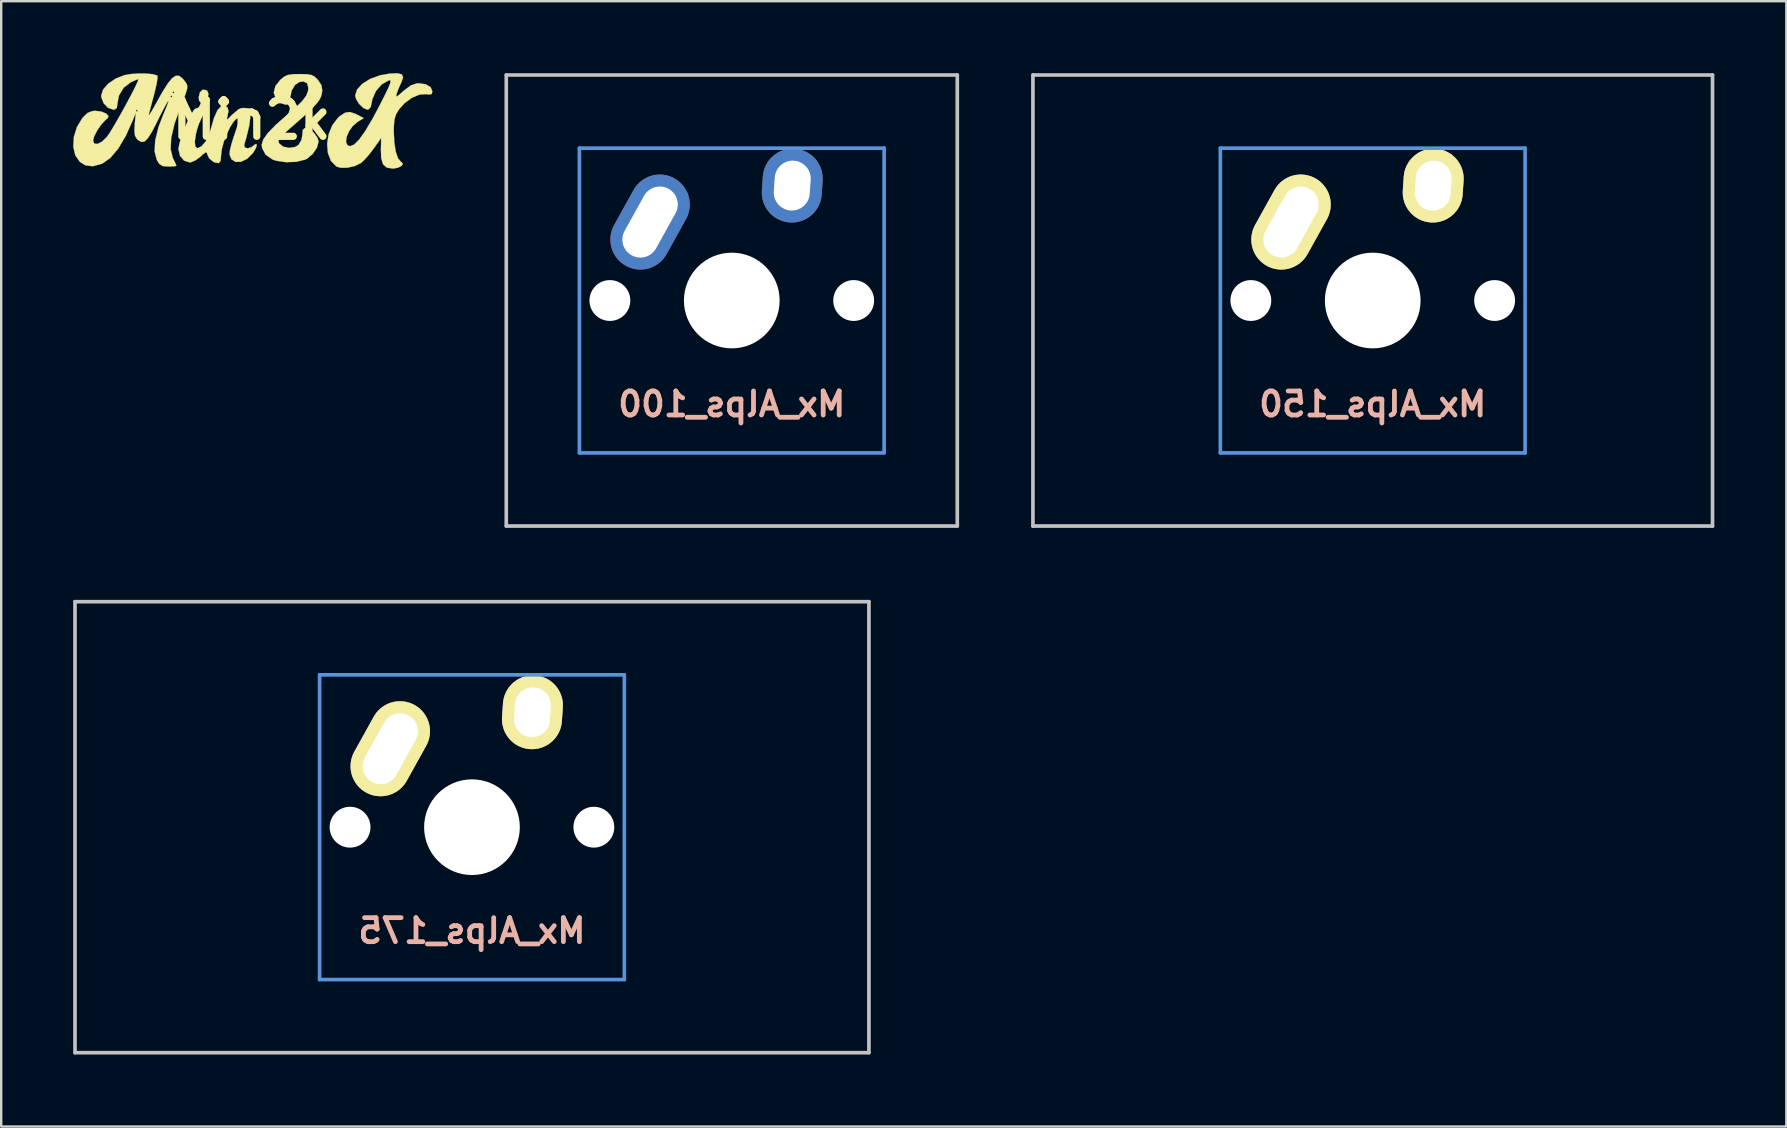
<source format=kicad_pcb>
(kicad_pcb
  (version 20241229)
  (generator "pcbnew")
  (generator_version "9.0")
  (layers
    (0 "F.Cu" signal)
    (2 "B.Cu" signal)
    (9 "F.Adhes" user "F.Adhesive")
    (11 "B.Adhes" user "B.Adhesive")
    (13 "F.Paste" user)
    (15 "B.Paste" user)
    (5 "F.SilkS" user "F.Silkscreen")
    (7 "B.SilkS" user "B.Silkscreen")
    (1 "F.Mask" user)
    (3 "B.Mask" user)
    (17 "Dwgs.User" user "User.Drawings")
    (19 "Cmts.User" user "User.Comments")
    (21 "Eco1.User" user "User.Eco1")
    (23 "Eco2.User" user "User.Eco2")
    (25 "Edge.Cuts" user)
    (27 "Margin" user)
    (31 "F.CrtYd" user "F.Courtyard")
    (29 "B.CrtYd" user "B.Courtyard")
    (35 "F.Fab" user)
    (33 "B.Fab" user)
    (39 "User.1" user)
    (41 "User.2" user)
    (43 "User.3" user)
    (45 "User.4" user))
  (footprint "Mx_Alps_150"
    (layer "F.Cu")
    (at 54.158 9.474)
    (property "Reference" "Mx_Alps_150" (at 0 4.318 0) (layer "B.SilkS") (effects (font (size 1 1) (thickness 0.2)) (justify mirror)))
    (attr through_hole)
    (fp_line (start -14.161 -9.398) (end 14.161 -9.398) (stroke (width 0.152) (type solid)) (layer "Dwgs.User"))
    (fp_line (start -14.161 9.398) (end -14.161 -9.398) (stroke (width 0.152) (type solid)) (layer "Dwgs.User"))
    (fp_line (start 14.161 -9.398) (end 14.161 9.398) (stroke (width 0.152) (type solid)) (layer "Dwgs.User"))
    (fp_line (start 14.161 9.398) (end -14.161 9.398) (stroke (width 0.152) (type solid)) (layer "Dwgs.User"))
    (fp_line (start -6.35 -6.35) (end 6.35 -6.35) (stroke (width 0.152) (type solid)) (layer "Cmts.User"))
    (fp_line (start -6.35 6.35) (end -6.35 -6.35) (stroke (width 0.152) (type solid)) (layer "Cmts.User"))
    (fp_line (start 6.35 -6.35) (end 6.35 6.35) (stroke (width 0.152) (type solid)) (layer "Cmts.User"))
    (fp_line (start 6.35 6.35) (end -6.35 6.35) (stroke (width 0.152) (type solid)) (layer "Cmts.User"))
    (fp_line (start -6.985 -6.985) (end 6.985 -6.985) (stroke (width 0.152) (type solid)) (layer "Eco2.User"))
    (fp_line (start -6.985 6.985) (end -6.985 -6.985) (stroke (width 0.152) (type solid)) (layer "Eco2.User"))
    (fp_line (start 6.985 -6.985) (end 6.985 6.985) (stroke (width 0.152) (type solid)) (layer "Eco2.User"))
    (fp_line (start 6.985 6.985) (end -6.985 6.985) (stroke (width 0.152) (type solid)) (layer "Eco2.User"))
    (pad "" np_thru_hole circle (at -5.08 0) (size 1.702 1.702) (drill 1.702) (layers "*.Cu"))
    (pad "" np_thru_hole circle (at 0 0) (size 3.988 3.988) (drill 3.988) (layers "*.Cu"))
    (pad "" np_thru_hole circle (at 5.08 0) (size 1.702 1.702) (drill 1.702) (layers "*.Cu"))
    (pad "1" thru_hole oval (at -3.405 -3.27 330.95) (size 2.5 4.17) (drill oval 1.5 3.17) (layers "*.Cu" "*.Mask" "F.SilkS"))
    (pad "2" thru_hole oval (at 2.52 -4.79 356.1) (size 2.5 3.08) (drill oval 1.5 2.08) (layers "*.Cu" "*.Mask" "F.SilkS")))
  (footprint "Mx_Alps_175"
    (layer "F.Cu")
    (at 16.619 31.423)
    (property "Reference" "Mx_Alps_175" (at 0 4.318 0) (layer "B.SilkS") (effects (font (size 1 1) (thickness 0.2)) (justify mirror)))
    (attr through_hole)
    (fp_line (start -16.543 -9.398) (end 16.543 -9.398) (stroke (width 0.152) (type solid)) (layer "Dwgs.User"))
    (fp_line (start -16.543 9.398) (end -16.543 -9.398) (stroke (width 0.152) (type solid)) (layer "Dwgs.User"))
    (fp_line (start 16.543 -9.398) (end 16.543 9.398) (stroke (width 0.152) (type solid)) (layer "Dwgs.User"))
    (fp_line (start 16.543 9.398) (end -16.543 9.398) (stroke (width 0.152) (type solid)) (layer "Dwgs.User"))
    (fp_line (start -6.35 -6.35) (end 6.35 -6.35) (stroke (width 0.152) (type solid)) (layer "Cmts.User"))
    (fp_line (start -6.35 6.35) (end -6.35 -6.35) (stroke (width 0.152) (type solid)) (layer "Cmts.User"))
    (fp_line (start 6.35 -6.35) (end 6.35 6.35) (stroke (width 0.152) (type solid)) (layer "Cmts.User"))
    (fp_line (start 6.35 6.35) (end -6.35 6.35) (stroke (width 0.152) (type solid)) (layer "Cmts.User"))
    (fp_line (start -6.985 -6.985) (end 6.985 -6.985) (stroke (width 0.152) (type solid)) (layer "Eco2.User"))
    (fp_line (start -6.985 6.985) (end -6.985 -6.985) (stroke (width 0.152) (type solid)) (layer "Eco2.User"))
    (fp_line (start 6.985 -6.985) (end 6.985 6.985) (stroke (width 0.152) (type solid)) (layer "Eco2.User"))
    (fp_line (start 6.985 6.985) (end -6.985 6.985) (stroke (width 0.152) (type solid)) (layer "Eco2.User"))
    (pad "" np_thru_hole circle (at -5.08 0) (size 1.702 1.702) (drill 1.702) (layers "*.Cu"))
    (pad "" np_thru_hole circle (at 0 0) (size 3.988 3.988) (drill 3.988) (layers "*.Cu"))
    (pad "" np_thru_hole circle (at 5.08 0) (size 1.702 1.702) (drill 1.702) (layers "*.Cu"))
    (pad "1" thru_hole oval (at -3.405 -3.27 330.95) (size 2.5 4.17) (drill oval 1.5 3.17) (layers "*.Cu" "*.Mask" "F.SilkS"))
    (pad "2" thru_hole oval (at 2.52 -4.79 356.1) (size 2.5 3.08) (drill oval 1.5 2.08) (layers "*.Cu" "*.Mask" "F.SilkS")))
  (footprint "Mx_Alps_100"
    (layer "F.Cu")
    (at 27.447 9.474)
    (property "Reference" "Mx_Alps_100" (at 0 4.318 0) (layer "B.SilkS") (effects (font (size 1 1) (thickness 0.2)) (justify mirror)))
    (attr through_hole)
    (fp_line (start -9.398 -9.398) (end 9.398 -9.398) (stroke (width 0.152) (type solid)) (layer "Dwgs.User"))
    (fp_line (start -9.398 9.398) (end -9.398 -9.398) (stroke (width 0.152) (type solid)) (layer "Dwgs.User"))
    (fp_line (start 9.398 -9.398) (end 9.398 9.398) (stroke (width 0.152) (type solid)) (layer "Dwgs.User"))
    (fp_line (start 9.398 9.398) (end -9.398 9.398) (stroke (width 0.152) (type solid)) (layer "Dwgs.User"))
    (fp_line (start -6.35 -6.35) (end 6.35 -6.35) (stroke (width 0.152) (type solid)) (layer "Cmts.User"))
    (fp_line (start -6.35 6.35) (end -6.35 -6.35) (stroke (width 0.152) (type solid)) (layer "Cmts.User"))
    (fp_line (start 6.35 -6.35) (end 6.35 6.35) (stroke (width 0.152) (type solid)) (layer "Cmts.User"))
    (fp_line (start 6.35 6.35) (end -6.35 6.35) (stroke (width 0.152) (type solid)) (layer "Cmts.User"))
    (fp_line (start -6.985 -6.985) (end 6.985 -6.985) (stroke (width 0.152) (type solid)) (layer "Eco2.User"))
    (fp_line (start -6.985 6.985) (end -6.985 -6.985) (stroke (width 0.152) (type solid)) (layer "Eco2.User"))
    (fp_line (start 6.985 -6.985) (end 6.985 6.985) (stroke (width 0.152) (type solid)) (layer "Eco2.User"))
    (fp_line (start 6.985 6.985) (end -6.985 6.985) (stroke (width 0.152) (type solid)) (layer "Eco2.User"))
    (pad "" np_thru_hole circle (at -5.08 0) (size 1.702 1.702) (drill 1.702) (layers "*.Cu"))
    (pad "" np_thru_hole circle (at 0 0) (size 3.988 3.988) (drill 3.988) (layers "*.Cu"))
    (pad "" np_thru_hole circle (at 5.08 0) (size 1.702 1.702) (drill 1.702) (layers "*.Cu"))
    (pad "1" thru_hole oval (at -3.405 -3.27 331) (size 2.5 4.17) (drill oval 1.5 3.17) (layers "*.Cu" "B.Mask"))
    (pad "2" thru_hole oval (at 2.52 -4.79 356.1) (size 2.5 3.08) (drill oval 1.5 2.08) (layers "*.Cu" "B.Mask")))
  (footprint "Min2k"
    (layer "F.Cu")
    (at 7.433 1.942)
    (property "Reference" "Min2k" (at 0 0 0) (layer "F.SilkS") (effects (font (size 1.524 1.524) (thickness 0.3))))
    (attr through_hole)
    (fp_poly (pts (xy -1.888 -1.236) (xy -1.842 -1.199) (xy -1.792 -1.07) (xy -1.846 -0.891) (xy -1.973 -0.713) (xy -2.099 -0.684) (xy -2.185 -0.798) (xy -2.201 -0.934) (xy -2.153 -1.144) (xy -2.036 -1.255) (xy -1.888 -1.236)) (stroke (width 0.01) (type solid)) (fill yes) (layer "F.SilkS"))
    (fp_poly (pts (xy 2.311 -1.898) (xy 2.505 -1.865) (xy 2.641 -1.788) (xy 2.768 -1.657) (xy 2.913 -1.442) (xy 2.946 -1.226) (xy 2.932 -1.107) (xy 2.897 -0.969) (xy 2.826 -0.827) (xy 2.702 -0.663) (xy 2.507 -0.457) (xy 2.225 -0.192) (xy 1.839 0.151) (xy 1.561 0.393) (xy 1.308 0.621) (xy 1.169 0.773) (xy 1.121 0.882) (xy 1.146 0.976) (xy 1.152 0.986) (xy 1.318 1.12) (xy 1.563 1.171) (xy 1.814 1.133) (xy 1.955 1.051) (xy 2.083 0.838) (xy 2.117 0.622) (xy 2.138 0.422) (xy 2.22 0.345) (xy 2.28 0.339) (xy 2.444 0.406) (xy 2.621 0.569) (xy 2.755 0.765) (xy 2.794 0.905) (xy 2.724 1.164) (xy 2.547 1.425) (xy 2.311 1.623) (xy 2.241 1.658) (xy 1.868 1.751) (xy 1.436 1.767) (xy 1.029 1.707) (xy 0.875 1.655) (xy 0.59 1.457) (xy 0.441 1.183) (xy 0.423 1.038) (xy 0.487 0.824) (xy 0.68 0.55) (xy 1.011 0.21) (xy 1.482 -0.204) (xy 1.861 -0.531) (xy 2.119 -0.789) (xy 2.277 -1.001) (xy 2.353 -1.193) (xy 2.368 -1.329) (xy 2.317 -1.527) (xy 2.157 -1.597) (xy 1.999 -1.576) (xy 1.808 -1.45) (xy 1.668 -1.209) (xy 1.609 -0.91) (xy 1.609 -0.89) (xy 1.565 -0.685) (xy 1.432 -0.625) (xy 1.251 -0.686) (xy 1.01 -0.885) (xy 0.925 -1.133) (xy 0.996 -1.408) (xy 1.191 -1.656) (xy 1.353 -1.794) (xy 1.514 -1.869) (xy 1.734 -1.9) (xy 2.003 -1.905) (xy 2.311 -1.898)) (stroke (width 0.01) (type solid)) (fill yes) (layer "F.SilkS"))
    (fp_poly (pts (xy -1.01 -0.533) (xy -0.959 -0.362) (xy -1.013 -0.135) (xy -1.057 -0.006) (xy -1.041 0.018) (xy -0.944 -0.071) (xy -0.816 -0.205) (xy -0.551 -0.427) (xy -0.323 -0.499) (xy -0.144 -0.421) (xy -0.083 -0.336) (xy -0.05 -0.127) (xy -0.093 0.229) (xy -0.213 0.728) (xy -0.304 1.037) (xy -0.283 1.151) (xy -0.165 1.189) (xy -0.009 1.143) (xy 0.066 1.085) (xy 0.18 1.005) (xy 0.219 1.044) (xy 0.186 1.169) (xy 0.083 1.35) (xy 0.05 1.394) (xy -0.188 1.629) (xy -0.438 1.75) (xy -0.666 1.756) (xy -0.838 1.644) (xy -0.917 1.446) (xy -0.902 1.28) (xy -0.837 1.009) (xy -0.736 0.688) (xy -0.714 0.628) (xy -0.612 0.327) (xy -0.545 0.091) (xy -0.526 -0.039) (xy -0.53 -0.05) (xy -0.625 -0.049) (xy -0.751 0.081) (xy -0.892 0.305) (xy -1.031 0.591) (xy -1.151 0.902) (xy -1.236 1.207) (xy -1.27 1.47) (xy -1.27 1.48) (xy -1.291 1.716) (xy -1.372 1.808) (xy -1.537 1.777) (xy -1.589 1.754) (xy -1.758 1.614) (xy -1.828 1.482) (xy -1.864 1.372) (xy -1.92 1.359) (xy -2.039 1.452) (xy -2.131 1.538) (xy -2.34 1.691) (xy -2.537 1.774) (xy -2.578 1.778) (xy -2.812 1.702) (xy -2.98 1.504) (xy -3.046 1.229) (xy -3.046 1.221) (xy -3.011 1.008) (xy -2.922 0.71) (xy -2.796 0.372) (xy -2.653 0.041) (xy -2.512 -0.238) (xy -2.392 -0.42) (xy -2.352 -0.456) (xy -2.186 -0.513) (xy -2.107 -0.425) (xy -2.115 -0.195) (xy -2.204 0.157) (xy -2.318 0.586) (xy -2.365 0.912) (xy -2.344 1.117) (xy -2.258 1.185) (xy -2.089 1.109) (xy -1.917 0.908) (xy -1.772 0.622) (xy -1.708 0.421) (xy -1.565 -0.076) (xy -1.414 -0.408) (xy -1.258 -0.573) (xy -1.182 -0.593) (xy -1.01 -0.533)) (stroke (width 0.01) (type solid)) (fill yes) (layer "F.SilkS"))
    (fp_poly (pts (xy 6.268 -1.889) (xy 6.316 -1.77) (xy 6.248 -1.568) (xy 6.237 -1.548) (xy 6.126 -1.3) (xy 6.052 -1.101) (xy 6.026 -0.991) (xy 6.057 -0.973) (xy 6.168 -1.056) (xy 6.338 -1.207) (xy 6.638 -1.432) (xy 6.896 -1.521) (xy 6.948 -1.524) (xy 7.258 -1.48) (xy 7.464 -1.358) (xy 7.535 -1.184) (xy 7.507 -1.073) (xy 7.39 -1.053) (xy 7.288 -1.07) (xy 7.002 -1.051) (xy 6.678 -0.914) (xy 6.367 -0.684) (xy 6.139 -0.425) (xy 6.019 -0.221) (xy 5.954 -0.007) (xy 5.929 0.282) (xy 5.927 0.47) (xy 5.949 0.942) (xy 6.01 1.331) (xy 6.104 1.608) (xy 6.223 1.747) (xy 6.23 1.75) (xy 6.308 1.826) (xy 6.257 1.917) (xy 6.111 1.995) (xy 5.905 2.032) (xy 5.884 2.032) (xy 5.635 1.992) (xy 5.48 1.855) (xy 5.404 1.6) (xy 5.391 1.256) (xy 5.403 0.756) (xy 5.093 1.196) (xy 4.891 1.46) (xy 4.688 1.686) (xy 4.565 1.798) (xy 4.309 1.925) (xy 4 1.996) (xy 3.709 1.999) (xy 3.535 1.945) (xy 3.31 1.715) (xy 3.183 1.388) (xy 3.151 1.006) (xy 3.213 0.606) (xy 3.364 0.23) (xy 3.603 -0.084) (xy 3.684 -0.155) (xy 3.906 -0.298) (xy 4.102 -0.325) (xy 4.344 -0.241) (xy 4.417 -0.204) (xy 4.677 -0.07) (xy 4.427 0.082) (xy 4.22 0.257) (xy 4.061 0.479) (xy 3.963 0.712) (xy 3.936 0.918) (xy 3.992 1.059) (xy 4.108 1.101) (xy 4.279 1.03) (xy 4.491 0.816) (xy 4.748 0.454) (xy 5.052 -0.061) (xy 5.324 -0.573) (xy 5.546 -1.009) (xy 5.694 -1.315) (xy 5.775 -1.511) (xy 5.797 -1.617) (xy 5.767 -1.651) (xy 5.724 -1.644) (xy 5.429 -1.479) (xy 5.185 -1.2) (xy 5.037 -0.865) (xy 5.02 -0.775) (xy 4.968 -0.538) (xy 4.883 -0.435) (xy 4.821 -0.423) (xy 4.66 -0.492) (xy 4.488 -0.657) (xy 4.358 -0.86) (xy 4.318 -1.009) (xy 4.398 -1.262) (xy 4.616 -1.499) (xy 4.944 -1.703) (xy 5.35 -1.852) (xy 5.761 -1.925) (xy 6.088 -1.937) (xy 6.268 -1.889)) (stroke (width 0.01) (type solid)) (fill yes) (layer "F.SilkS"))
    (fp_poly (pts (xy -4.398 -1.926) (xy -4.122 -1.9) (xy -3.946 -1.851) (xy -3.924 -1.835) (xy -3.919 -1.733) (xy -3.954 -1.51) (xy -4.023 -1.207) (xy -4.055 -1.08) (xy -4.147 -0.738) (xy -4.225 -0.443) (xy -4.277 -0.245) (xy -4.285 -0.212) (xy -4.268 -0.201) (xy -4.188 -0.318) (xy -4.06 -0.538) (xy -3.993 -0.658) (xy -3.817 -0.974) (xy -3.387 -0.974) (xy -3.344 -0.931) (xy -3.302 -0.974) (xy -3.344 -1.016) (xy -3.387 -0.974) (xy -3.817 -0.974) (xy -3.722 -1.143) (xy -3.302 -1.143) (xy -3.26 -1.101) (xy -3.217 -1.143) (xy -3.26 -1.185) (xy -3.302 -1.143) (xy -3.722 -1.143) (xy -3.714 -1.158) (xy -3.49 -1.515) (xy -3.307 -1.738) (xy -3.152 -1.839) (xy -3.011 -1.829) (xy -2.87 -1.718) (xy -2.778 -1.605) (xy -2.71 -1.507) (xy -2.677 -1.413) (xy -2.685 -1.29) (xy -2.74 -1.103) (xy -2.847 -0.82) (xy -2.969 -0.514) (xy -3.215 0.18) (xy -3.349 0.756) (xy -3.372 1.222) (xy -3.283 1.585) (xy -3.271 1.612) (xy -3.18 1.801) (xy -3.134 1.911) (xy -3.133 1.918) (xy -3.208 1.936) (xy -3.395 1.947) (xy -3.469 1.947) (xy -3.703 1.928) (xy -3.843 1.841) (xy -3.945 1.678) (xy -4.039 1.325) (xy -4.016 0.865) (xy -3.88 0.313) (xy -3.69 -0.189) (xy -3.544 -0.536) (xy -3.471 -0.734) (xy -3.467 -0.788) (xy -3.529 -0.701) (xy -3.654 -0.476) (xy -3.837 -0.118) (xy -3.934 0.077) (xy -4.146 0.49) (xy -4.315 0.76) (xy -4.455 0.901) (xy -4.584 0.928) (xy -4.718 0.853) (xy -4.778 0.798) (xy -4.856 0.668) (xy -4.882 0.459) (xy -4.867 0.184) (xy -4.823 -0.296) (xy -4.941 0.002) (xy -5.237 0.664) (xy -5.553 1.196) (xy -5.879 1.585) (xy -6.207 1.818) (xy -6.237 1.832) (xy -6.614 1.936) (xy -6.924 1.898) (xy -7.152 1.757) (xy -7.344 1.485) (xy -7.428 1.126) (xy -7.405 0.721) (xy -7.28 0.31) (xy -7.054 -0.067) (xy -7.031 -0.094) (xy -6.831 -0.288) (xy -6.623 -0.365) (xy -6.498 -0.373) (xy -6.252 -0.34) (xy -6.062 -0.261) (xy -6.053 -0.253) (xy -5.96 -0.156) (xy -5.993 -0.071) (xy -6.081 0.005) (xy -6.262 0.196) (xy -6.434 0.448) (xy -6.561 0.698) (xy -6.604 0.868) (xy -6.552 0.995) (xy -6.418 1.006) (xy -6.234 0.912) (xy -6.033 0.719) (xy -6.029 0.715) (xy -5.923 0.563) (xy -5.77 0.314) (xy -5.585 -0.003) (xy -5.385 -0.358) (xy -5.373 -0.381) (xy -4.826 -0.381) (xy -4.784 -0.339) (xy -4.741 -0.381) (xy -4.784 -0.423) (xy -4.826 -0.381) (xy -5.373 -0.381) (xy -5.186 -0.722) (xy -5.003 -1.066) (xy -4.853 -1.361) (xy -4.751 -1.578) (xy -4.714 -1.686) (xy -4.718 -1.693) (xy -4.814 -1.661) (xy -4.997 -1.58) (xy -5.029 -1.565) (xy -5.329 -1.336) (xy -5.527 -1.009) (xy -5.588 -0.685) (xy -5.613 -0.496) (xy -5.706 -0.427) (xy -5.757 -0.423) (xy -5.98 -0.499) (xy -6.163 -0.688) (xy -6.26 -0.938) (xy -6.265 -1.007) (xy -6.187 -1.259) (xy -5.974 -1.506) (xy -5.66 -1.718) (xy -5.307 -1.858) (xy -5.044 -1.906) (xy -4.724 -1.928) (xy -4.398 -1.926)) (stroke (width 0.01) (type solid)) (fill yes) (layer "F.SilkS")))
  (gr_rect
    (start -3 -3)
    (end 71.395 43.897)
    (stroke (width 0.1) (type default))
    (fill no)
    (layer "Edge.Cuts")))
</source>
